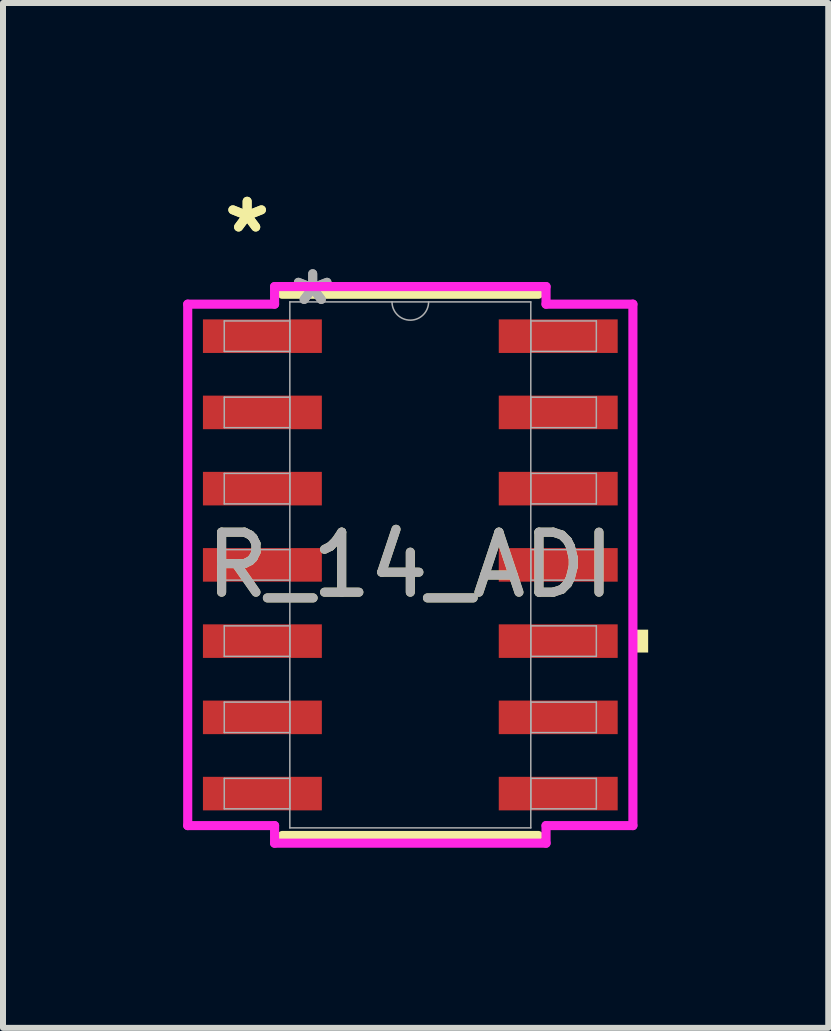
<source format=kicad_pcb>
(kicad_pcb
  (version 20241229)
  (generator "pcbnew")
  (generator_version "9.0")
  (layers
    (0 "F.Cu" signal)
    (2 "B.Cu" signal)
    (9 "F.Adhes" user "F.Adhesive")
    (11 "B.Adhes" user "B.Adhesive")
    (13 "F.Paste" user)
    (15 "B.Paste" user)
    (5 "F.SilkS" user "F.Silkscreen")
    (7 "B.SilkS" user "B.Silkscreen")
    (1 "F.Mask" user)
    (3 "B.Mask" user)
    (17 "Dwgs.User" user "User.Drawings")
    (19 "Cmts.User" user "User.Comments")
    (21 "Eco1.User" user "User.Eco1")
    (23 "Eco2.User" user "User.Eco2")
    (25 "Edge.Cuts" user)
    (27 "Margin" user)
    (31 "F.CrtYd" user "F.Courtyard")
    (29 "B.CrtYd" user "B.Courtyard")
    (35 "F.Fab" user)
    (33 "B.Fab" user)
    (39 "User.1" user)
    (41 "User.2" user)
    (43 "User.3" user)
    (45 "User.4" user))
  (footprint "R_14_ADI"
    (layer "F.Cu")
    (at 3.785 6.36)
    (property "Reference" "R_14_ADI" (at 0 0 0) (unlocked yes) (layer "F.SilkS") (effects (font (size 1 1) (thickness 0.15))))
    (attr smd)
    (fp_line (start -2.134 4.508) (end 2.134 4.508) (stroke (width 0.152) (type solid)) (layer "F.SilkS"))
    (fp_line (start 2.134 -4.508) (end -2.134 -4.508) (stroke (width 0.152) (type solid)) (layer "F.SilkS"))
    (fp_poly (pts (xy 3.962 1.079) (xy 3.962 1.46) (xy 3.708 1.46) (xy 3.708 1.079)) (stroke (width 0) (type solid)) (fill yes) (layer "F.SilkS"))
    (fp_line (start -3.708 -4.343) (end -2.261 -4.343) (stroke (width 0.152) (type solid)) (layer "F.CrtYd"))
    (fp_line (start -3.708 4.343) (end -3.708 -4.343) (stroke (width 0.152) (type solid)) (layer "F.CrtYd"))
    (fp_line (start -3.708 4.343) (end -2.261 4.343) (stroke (width 0.152) (type solid)) (layer "F.CrtYd"))
    (fp_line (start -2.261 -4.636) (end 2.261 -4.636) (stroke (width 0.152) (type solid)) (layer "F.CrtYd"))
    (fp_line (start -2.261 -4.343) (end -2.261 -4.636) (stroke (width 0.152) (type solid)) (layer "F.CrtYd"))
    (fp_line (start -2.261 4.636) (end -2.261 4.343) (stroke (width 0.152) (type solid)) (layer "F.CrtYd"))
    (fp_line (start 2.261 -4.636) (end 2.261 -4.343) (stroke (width 0.152) (type solid)) (layer "F.CrtYd"))
    (fp_line (start 2.261 4.343) (end 2.261 4.636) (stroke (width 0.152) (type solid)) (layer "F.CrtYd"))
    (fp_line (start 2.261 4.636) (end -2.261 4.636) (stroke (width 0.152) (type solid)) (layer "F.CrtYd"))
    (fp_line (start 3.708 -4.343) (end 2.261 -4.343) (stroke (width 0.152) (type solid)) (layer "F.CrtYd"))
    (fp_line (start 3.708 -4.343) (end 3.708 4.343) (stroke (width 0.152) (type solid)) (layer "F.CrtYd"))
    (fp_line (start 3.708 4.343) (end 2.261 4.343) (stroke (width 0.152) (type solid)) (layer "F.CrtYd"))
    (fp_line (start -3.099 -4.064) (end -3.099 -3.556) (stroke (width 0.025) (type solid)) (layer "F.Fab"))
    (fp_line (start -3.099 -3.556) (end -2.007 -3.556) (stroke (width 0.025) (type solid)) (layer "F.Fab"))
    (fp_line (start -3.099 -2.794) (end -3.099 -2.286) (stroke (width 0.025) (type solid)) (layer "F.Fab"))
    (fp_line (start -3.099 -2.286) (end -2.007 -2.286) (stroke (width 0.025) (type solid)) (layer "F.Fab"))
    (fp_line (start -3.099 -1.524) (end -3.099 -1.016) (stroke (width 0.025) (type solid)) (layer "F.Fab"))
    (fp_line (start -3.099 -1.016) (end -2.007 -1.016) (stroke (width 0.025) (type solid)) (layer "F.Fab"))
    (fp_line (start -3.099 -0.254) (end -3.099 0.254) (stroke (width 0.025) (type solid)) (layer "F.Fab"))
    (fp_line (start -3.099 0.254) (end -2.007 0.254) (stroke (width 0.025) (type solid)) (layer "F.Fab"))
    (fp_line (start -3.099 1.016) (end -3.099 1.524) (stroke (width 0.025) (type solid)) (layer "F.Fab"))
    (fp_line (start -3.099 1.524) (end -2.007 1.524) (stroke (width 0.025) (type solid)) (layer "F.Fab"))
    (fp_line (start -3.099 2.286) (end -3.099 2.794) (stroke (width 0.025) (type solid)) (layer "F.Fab"))
    (fp_line (start -3.099 2.794) (end -2.007 2.794) (stroke (width 0.025) (type solid)) (layer "F.Fab"))
    (fp_line (start -3.099 3.556) (end -3.099 4.064) (stroke (width 0.025) (type solid)) (layer "F.Fab"))
    (fp_line (start -3.099 4.064) (end -2.007 4.064) (stroke (width 0.025) (type solid)) (layer "F.Fab"))
    (fp_line (start -2.007 -4.381) (end -2.007 4.381) (stroke (width 0.025) (type solid)) (layer "F.Fab"))
    (fp_line (start -2.007 -4.064) (end -3.099 -4.064) (stroke (width 0.025) (type solid)) (layer "F.Fab"))
    (fp_line (start -2.007 -3.556) (end -2.007 -4.064) (stroke (width 0.025) (type solid)) (layer "F.Fab"))
    (fp_line (start -2.007 -2.794) (end -3.099 -2.794) (stroke (width 0.025) (type solid)) (layer "F.Fab"))
    (fp_line (start -2.007 -2.286) (end -2.007 -2.794) (stroke (width 0.025) (type solid)) (layer "F.Fab"))
    (fp_line (start -2.007 -1.524) (end -3.099 -1.524) (stroke (width 0.025) (type solid)) (layer "F.Fab"))
    (fp_line (start -2.007 -1.016) (end -2.007 -1.524) (stroke (width 0.025) (type solid)) (layer "F.Fab"))
    (fp_line (start -2.007 -0.254) (end -3.099 -0.254) (stroke (width 0.025) (type solid)) (layer "F.Fab"))
    (fp_line (start -2.007 0.254) (end -2.007 -0.254) (stroke (width 0.025) (type solid)) (layer "F.Fab"))
    (fp_line (start -2.007 1.016) (end -3.099 1.016) (stroke (width 0.025) (type solid)) (layer "F.Fab"))
    (fp_line (start -2.007 1.524) (end -2.007 1.016) (stroke (width 0.025) (type solid)) (layer "F.Fab"))
    (fp_line (start -2.007 2.286) (end -3.099 2.286) (stroke (width 0.025) (type solid)) (layer "F.Fab"))
    (fp_line (start -2.007 2.794) (end -2.007 2.286) (stroke (width 0.025) (type solid)) (layer "F.Fab"))
    (fp_line (start -2.007 3.556) (end -3.099 3.556) (stroke (width 0.025) (type solid)) (layer "F.Fab"))
    (fp_line (start -2.007 4.064) (end -2.007 3.556) (stroke (width 0.025) (type solid)) (layer "F.Fab"))
    (fp_line (start -2.007 4.381) (end 2.007 4.381) (stroke (width 0.025) (type solid)) (layer "F.Fab"))
    (fp_line (start 2.007 -4.381) (end -2.007 -4.381) (stroke (width 0.025) (type solid)) (layer "F.Fab"))
    (fp_line (start 2.007 -4.064) (end 2.007 -3.556) (stroke (width 0.025) (type solid)) (layer "F.Fab"))
    (fp_line (start 2.007 -3.556) (end 3.099 -3.556) (stroke (width 0.025) (type solid)) (layer "F.Fab"))
    (fp_line (start 2.007 -2.794) (end 2.007 -2.286) (stroke (width 0.025) (type solid)) (layer "F.Fab"))
    (fp_line (start 2.007 -2.286) (end 3.099 -2.286) (stroke (width 0.025) (type solid)) (layer "F.Fab"))
    (fp_line (start 2.007 -1.524) (end 2.007 -1.016) (stroke (width 0.025) (type solid)) (layer "F.Fab"))
    (fp_line (start 2.007 -1.016) (end 3.099 -1.016) (stroke (width 0.025) (type solid)) (layer "F.Fab"))
    (fp_line (start 2.007 -0.254) (end 2.007 0.254) (stroke (width 0.025) (type solid)) (layer "F.Fab"))
    (fp_line (start 2.007 0.254) (end 3.099 0.254) (stroke (width 0.025) (type solid)) (layer "F.Fab"))
    (fp_line (start 2.007 1.016) (end 2.007 1.524) (stroke (width 0.025) (type solid)) (layer "F.Fab"))
    (fp_line (start 2.007 1.524) (end 3.099 1.524) (stroke (width 0.025) (type solid)) (layer "F.Fab"))
    (fp_line (start 2.007 2.286) (end 2.007 2.794) (stroke (width 0.025) (type solid)) (layer "F.Fab"))
    (fp_line (start 2.007 2.794) (end 3.099 2.794) (stroke (width 0.025) (type solid)) (layer "F.Fab"))
    (fp_line (start 2.007 3.556) (end 2.007 4.064) (stroke (width 0.025) (type solid)) (layer "F.Fab"))
    (fp_line (start 2.007 4.064) (end 3.099 4.064) (stroke (width 0.025) (type solid)) (layer "F.Fab"))
    (fp_line (start 2.007 4.381) (end 2.007 -4.381) (stroke (width 0.025) (type solid)) (layer "F.Fab"))
    (fp_line (start 3.099 -4.064) (end 2.007 -4.064) (stroke (width 0.025) (type solid)) (layer "F.Fab"))
    (fp_line (start 3.099 -3.556) (end 3.099 -4.064) (stroke (width 0.025) (type solid)) (layer "F.Fab"))
    (fp_line (start 3.099 -2.794) (end 2.007 -2.794) (stroke (width 0.025) (type solid)) (layer "F.Fab"))
    (fp_line (start 3.099 -2.286) (end 3.099 -2.794) (stroke (width 0.025) (type solid)) (layer "F.Fab"))
    (fp_line (start 3.099 -1.524) (end 2.007 -1.524) (stroke (width 0.025) (type solid)) (layer "F.Fab"))
    (fp_line (start 3.099 -1.016) (end 3.099 -1.524) (stroke (width 0.025) (type solid)) (layer "F.Fab"))
    (fp_line (start 3.099 -0.254) (end 2.007 -0.254) (stroke (width 0.025) (type solid)) (layer "F.Fab"))
    (fp_line (start 3.099 0.254) (end 3.099 -0.254) (stroke (width 0.025) (type solid)) (layer "F.Fab"))
    (fp_line (start 3.099 1.016) (end 2.007 1.016) (stroke (width 0.025) (type solid)) (layer "F.Fab"))
    (fp_line (start 3.099 1.524) (end 3.099 1.016) (stroke (width 0.025) (type solid)) (layer "F.Fab"))
    (fp_line (start 3.099 2.286) (end 2.007 2.286) (stroke (width 0.025) (type solid)) (layer "F.Fab"))
    (fp_line (start 3.099 2.794) (end 3.099 2.286) (stroke (width 0.025) (type solid)) (layer "F.Fab"))
    (fp_line (start 3.099 3.556) (end 2.007 3.556) (stroke (width 0.025) (type solid)) (layer "F.Fab"))
    (fp_line (start 3.099 4.064) (end 3.099 3.556) (stroke (width 0.025) (type solid)) (layer "F.Fab"))
    (fp_arc (start 0.3048 -4.3815) (mid 0 -4.0767) (end -0.3048 -4.3815) (stroke (width 0.0254) (type solid)) (layer "F.Fab"))
    (fp_text user "*" (at -2.718 -5.512 0) (layer "F.SilkS") (effects (font (size 1 1) (thickness 0.15))))
    (fp_text user "*" (at -2.718 -5.512 0) (unlocked yes) (layer "F.SilkS") (effects (font (size 1 1) (thickness 0.15))))
    (fp_text user "*" (at -1.626 -4.305 0) (unlocked yes) (layer "F.Fab") (effects (font (size 1 1) (thickness 0.15))))
    (fp_text user "${REFERENCE}" (at 0 0 0) (unlocked yes) (layer "F.Fab") (effects (font (size 1 1) (thickness 0.15))))
    (fp_text user "*" (at -1.626 -4.305 0) (layer "F.Fab") (effects (font (size 1 1) (thickness 0.15))))
    (pad "1" smd rect (at -2.464 -3.81) (size 1.981 0.559) (layers "F.Cu" "F.Mask" "F.Paste"))
    (pad "2" smd rect (at -2.464 -2.54) (size 1.981 0.559) (layers "F.Cu" "F.Mask" "F.Paste"))
    (pad "3" smd rect (at -2.464 -1.27) (size 1.981 0.559) (layers "F.Cu" "F.Mask" "F.Paste"))
    (pad "4" smd rect (at -2.464 0) (size 1.981 0.559) (layers "F.Cu" "F.Mask" "F.Paste"))
    (pad "5" smd rect (at -2.464 1.27) (size 1.981 0.559) (layers "F.Cu" "F.Mask" "F.Paste"))
    (pad "6" smd rect (at -2.464 2.54) (size 1.981 0.559) (layers "F.Cu" "F.Mask" "F.Paste"))
    (pad "7" smd rect (at -2.464 3.81) (size 1.981 0.559) (layers "F.Cu" "F.Mask" "F.Paste"))
    (pad "8" smd rect (at 2.464 3.81) (size 1.981 0.559) (layers "F.Cu" "F.Mask" "F.Paste"))
    (pad "9" smd rect (at 2.464 2.54) (size 1.981 0.559) (layers "F.Cu" "F.Mask" "F.Paste"))
    (pad "10" smd rect (at 2.464 1.27) (size 1.981 0.559) (layers "F.Cu" "F.Mask" "F.Paste"))
    (pad "11" smd rect (at 2.464 0) (size 1.981 0.559) (layers "F.Cu" "F.Mask" "F.Paste"))
    (pad "12" smd rect (at 2.464 -1.27) (size 1.981 0.559) (layers "F.Cu" "F.Mask" "F.Paste"))
    (pad "13" smd rect (at 2.464 -2.54) (size 1.981 0.559) (layers "F.Cu" "F.Mask" "F.Paste"))
    (pad "14" smd rect (at 2.464 -3.81) (size 1.981 0.559) (layers "F.Cu" "F.Mask" "F.Paste")))
  (gr_rect
    (start -3 -3)
    (end 10.747 14.072)
    (stroke (width 0.1) (type default))
    (fill no)
    (layer "Edge.Cuts")))
</source>
